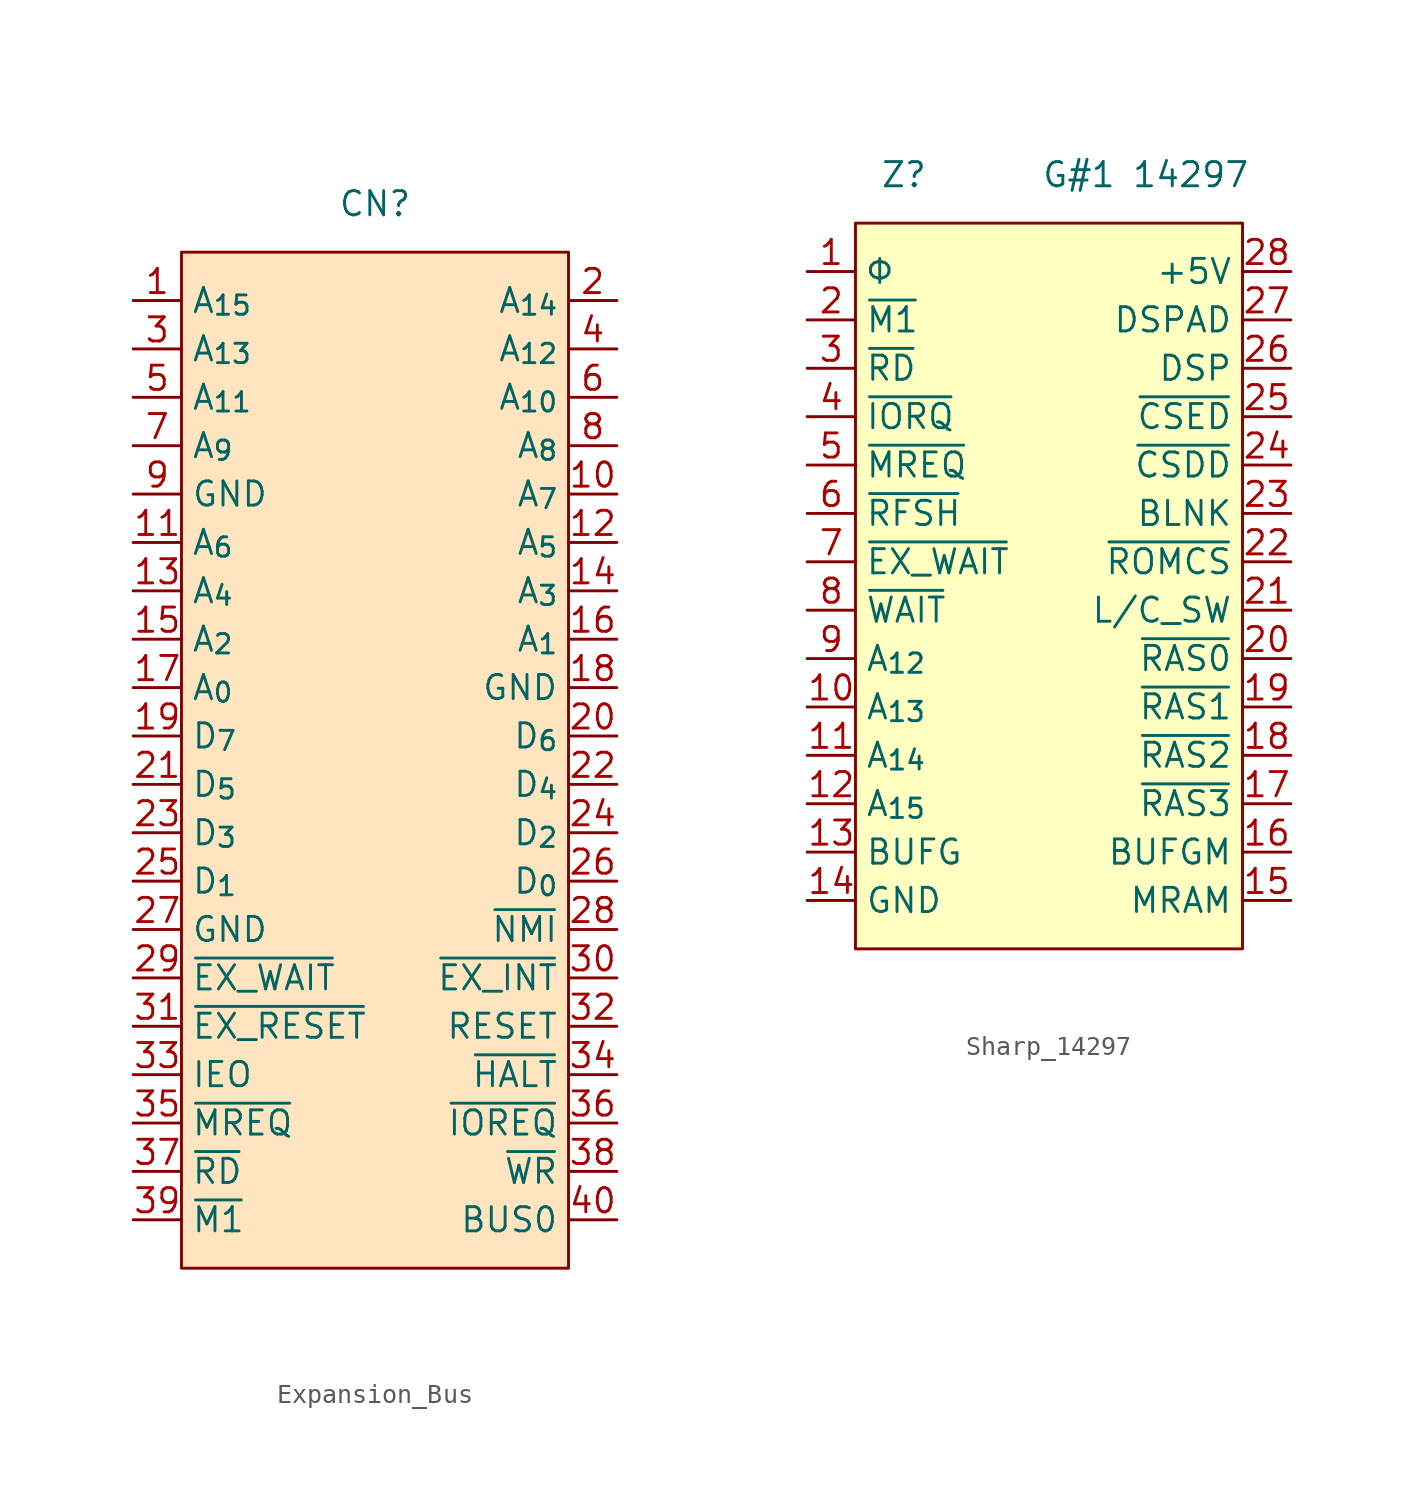
<source format=kicad_sym>
(kicad_symbol_lib
  (version 20241209)
  (generator "kicad_symbol_editor")
  (generator_version "9.0")
  (symbol "Expansion_Bus"
    (property "Reference" "CN"
      (at 0 0 0)
      (effects (font (size 1.27 1.27))))
    (property "Value" ""
      (at 0 0 0)
      (effects (font (size 1.27 1.27))))
    (symbol "Expansion_Bus_1_0"
      (pin passive line (at -12.7 -7.62 0) (length 2.54) (name "A_{13}" (effects (font (size 1.27 1.27)))) (number "3" (effects (font (size 1.27 1.27)))))
      (pin passive line (at 12.7 -5.08 180) (length 2.54) (name "A_{14}" (effects (font (size 1.27 1.27)))) (number "2" (effects (font (size 1.27 1.27)))))
      (pin passive line (at 12.7 -7.62 180) (length 2.54) (name "A_{12}" (effects (font (size 1.27 1.27)))) (number "4" (effects (font (size 1.27 1.27))))))
    (symbol "Expansion_Bus_1_1"
      (rectangle (start -10.16 -2.54) (end 10.16 -55.88) (stroke (width 0) (type solid)) (fill (type color) (color 255 229 191 1)))
      (pin passive line (at -12.7 -5.08 0) (length 2.54) (name "A_{15}" (effects (font (size 1.27 1.27)))) (number "1" (effects (font (size 1.27 1.27)))))
      (pin passive line (at -12.7 -10.16 0) (length 2.54) (name "A_{11}" (effects (font (size 1.27 1.27)))) (number "5" (effects (font (size 1.27 1.27)))))
      (pin passive line (at -12.7 -12.7 0) (length 2.54) (name "A_{9}" (effects (font (size 1.27 1.27)))) (number "7" (effects (font (size 1.27 1.27)))))
      (pin passive line (at -12.7 -15.24 0) (length 2.54) (name "GND" (effects (font (size 1.27 1.27)))) (number "9" (effects (font (size 1.27 1.27)))))
      (pin passive line (at -12.7 -17.78 0) (length 2.54) (name "A_{6}" (effects (font (size 1.27 1.27)))) (number "11" (effects (font (size 1.27 1.27)))))
      (pin passive line (at -12.7 -20.32 0) (length 2.54) (name "A_{4}" (effects (font (size 1.27 1.27)))) (number "13" (effects (font (size 1.27 1.27)))))
      (pin passive line (at -12.7 -22.86 0) (length 2.54) (name "A_{2}" (effects (font (size 1.27 1.27)))) (number "15" (effects (font (size 1.27 1.27)))))
      (pin passive line (at -12.7 -25.4 0) (length 2.54) (name "A_{0}" (effects (font (size 1.27 1.27)))) (number "17" (effects (font (size 1.27 1.27)))))
      (pin passive line (at -12.7 -27.94 0) (length 2.54) (name "D_{7}" (effects (font (size 1.27 1.27)))) (number "19" (effects (font (size 1.27 1.27)))))
      (pin passive line (at -12.7 -30.48 0) (length 2.54) (name "D_{5}" (effects (font (size 1.27 1.27)))) (number "21" (effects (font (size 1.27 1.27)))))
      (pin passive line (at -12.7 -33.02 0) (length 2.54) (name "D_{3}" (effects (font (size 1.27 1.27)))) (number "23" (effects (font (size 1.27 1.27)))))
      (pin passive line (at -12.7 -35.56 0) (length 2.54) (name "D_{1}" (effects (font (size 1.27 1.27)))) (number "25" (effects (font (size 1.27 1.27)))))
      (pin passive line (at -12.7 -38.1 0) (length 2.54) (name "GND" (effects (font (size 1.27 1.27)))) (number "27" (effects (font (size 1.27 1.27)))))
      (pin passive line (at -12.7 -40.64 0) (length 2.54) (name "~{EX_WAIT}" (effects (font (size 1.27 1.27)))) (number "29" (effects (font (size 1.27 1.27)))))
      (pin passive line (at -12.7 -43.18 0) (length 2.54) (name "~{EX_RESET}" (effects (font (size 1.27 1.27)))) (number "31" (effects (font (size 1.27 1.27)))))
      (pin passive line (at -12.7 -45.72 0) (length 2.54) (name "IEO" (effects (font (size 1.27 1.27)))) (number "33" (effects (font (size 1.27 1.27)))))
      (pin passive line (at -12.7 -48.26 0) (length 2.54) (name "~{MREQ}" (effects (font (size 1.27 1.27)))) (number "35" (effects (font (size 1.27 1.27)))))
      (pin passive line (at -12.7 -50.8 0) (length 2.54) (name "~{RD}" (effects (font (size 1.27 1.27)))) (number "37" (effects (font (size 1.27 1.27)))))
      (pin passive line (at -12.7 -53.34 0) (length 2.54) (name "~{M1}" (effects (font (size 1.27 1.27)))) (number "39" (effects (font (size 1.27 1.27)))))
      (pin passive line (at 12.7 -10.16 180) (length 2.54) (name "A_{10}" (effects (font (size 1.27 1.27)))) (number "6" (effects (font (size 1.27 1.27)))))
      (pin passive line (at 12.7 -12.7 180) (length 2.54) (name "A_{8}" (effects (font (size 1.27 1.27)))) (number "8" (effects (font (size 1.27 1.27)))))
      (pin passive line (at 12.7 -15.24 180) (length 2.54) (name "A_{7}" (effects (font (size 1.27 1.27)))) (number "10" (effects (font (size 1.27 1.27)))))
      (pin passive line (at 12.7 -17.78 180) (length 2.54) (name "A_{5}" (effects (font (size 1.27 1.27)))) (number "12" (effects (font (size 1.27 1.27)))))
      (pin passive line (at 12.7 -20.32 180) (length 2.54) (name "A_{3}" (effects (font (size 1.27 1.27)))) (number "14" (effects (font (size 1.27 1.27)))))
      (pin passive line (at 12.7 -22.86 180) (length 2.54) (name "A_{1}" (effects (font (size 1.27 1.27)))) (number "16" (effects (font (size 1.27 1.27)))))
      (pin passive line (at 12.7 -25.4 180) (length 2.54) (name "GND" (effects (font (size 1.27 1.27)))) (number "18" (effects (font (size 1.27 1.27)))))
      (pin passive line (at 12.7 -27.94 180) (length 2.54) (name "D_{6}" (effects (font (size 1.27 1.27)))) (number "20" (effects (font (size 1.27 1.27)))))
      (pin passive line (at 12.7 -30.48 180) (length 2.54) (name "D_{4}" (effects (font (size 1.27 1.27)))) (number "22" (effects (font (size 1.27 1.27)))))
      (pin passive line (at 12.7 -33.02 180) (length 2.54) (name "D_{2}" (effects (font (size 1.27 1.27)))) (number "24" (effects (font (size 1.27 1.27)))))
      (pin passive line (at 12.7 -35.56 180) (length 2.54) (name "D_{0}" (effects (font (size 1.27 1.27)))) (number "26" (effects (font (size 1.27 1.27)))))
      (pin passive line (at 12.7 -38.1 180) (length 2.54) (name "~{NMI}" (effects (font (size 1.27 1.27)))) (number "28" (effects (font (size 1.27 1.27)))))
      (pin passive line (at 12.7 -40.64 180) (length 2.54) (name "~{EX_INT}" (effects (font (size 1.27 1.27)))) (number "30" (effects (font (size 1.27 1.27)))))
      (pin passive line (at 12.7 -43.18 180) (length 2.54) (name "RESET" (effects (font (size 1.27 1.27)))) (number "32" (effects (font (size 1.27 1.27)))))
      (pin passive line (at 12.7 -45.72 180) (length 2.54) (name "~{HALT}" (effects (font (size 1.27 1.27)))) (number "34" (effects (font (size 1.27 1.27)))))
      (pin passive line (at 12.7 -48.26 180) (length 2.54) (name "~{IOREQ}" (effects (font (size 1.27 1.27)))) (number "36" (effects (font (size 1.27 1.27)))))
      (pin passive line (at 12.7 -50.8 180) (length 2.54) (name "~{WR}" (effects (font (size 1.27 1.27)))) (number "38" (effects (font (size 1.27 1.27)))))
      (pin passive line (at 12.7 -53.34 180) (length 2.54) (name "BUS0" (effects (font (size 1.27 1.27)))) (number "40" (effects (font (size 1.27 1.27)))))))
  (symbol "Sharp_14297"
    (property "Reference" "Z"
      (at -7.62 0 0)
      (effects (font (size 1.27 1.27))))
    (property "Value" "G#1 14297"
      (at 5.08 0 0)
      (effects (font (size 1.27 1.27))))
    (symbol "Sharp_14297_1_1"
      (rectangle (start -10.16 -2.54) (end 10.16 -40.64) (stroke (width 0) (type solid)) (fill (type color) (color 255 255 194 1)))
      (pin input line (at -12.7 -5.08 0) (length 2.54) (name "Φ" (effects (font (size 1.27 1.27)))) (number "1" (effects (font (size 1.27 1.27)))))
      (pin input line (at -12.7 -7.62 0) (length 2.54) (name "~{M1}" (effects (font (size 1.27 1.27)))) (number "2" (effects (font (size 1.27 1.27)))))
      (pin input line (at -12.7 -10.16 0) (length 2.54) (name "~{RD}" (effects (font (size 1.27 1.27)))) (number "3" (effects (font (size 1.27 1.27)))))
      (pin input line (at -12.7 -12.7 0) (length 2.54) (name "~{IORQ}" (effects (font (size 1.27 1.27)))) (number "4" (effects (font (size 1.27 1.27)))))
      (pin input line (at -12.7 -15.24 0) (length 2.54) (name "~{MREQ}" (effects (font (size 1.27 1.27)))) (number "5" (effects (font (size 1.27 1.27)))))
      (pin input line (at -12.7 -17.78 0) (length 2.54) (name "~{RFSH}" (effects (font (size 1.27 1.27)))) (number "6" (effects (font (size 1.27 1.27)))))
      (pin input line (at -12.7 -20.32 0) (length 2.54) (name "~{EX_WAIT}" (effects (font (size 1.27 1.27)))) (number "7" (effects (font (size 1.27 1.27)))))
      (pin output line (at -12.7 -22.86 0) (length 2.54) (name "~{WAIT}" (effects (font (size 1.27 1.27)))) (number "8" (effects (font (size 1.27 1.27)))))
      (pin input line (at -12.7 -25.4 0) (length 2.54) (name "A_{12}" (effects (font (size 1.27 1.27)))) (number "9" (effects (font (size 1.27 1.27)))))
      (pin input line (at -12.7 -27.94 0) (length 2.54) (name "A_{13}" (effects (font (size 1.27 1.27)))) (number "10" (effects (font (size 1.27 1.27)))))
      (pin input line (at -12.7 -30.48 0) (length 2.54) (name "A_{14}" (effects (font (size 1.27 1.27)))) (number "11" (effects (font (size 1.27 1.27)))))
      (pin input line (at -12.7 -33.02 0) (length 2.54) (name "A_{15}" (effects (font (size 1.27 1.27)))) (number "12" (effects (font (size 1.27 1.27)))))
      (pin output line (at -12.7 -35.56 0) (length 2.54) (name "BUFG" (effects (font (size 1.27 1.27)))) (number "13" (effects (font (size 1.27 1.27)))))
      (pin power_in line (at -12.7 -38.1 0) (length 2.54) (name "GND" (effects (font (size 1.27 1.27)))) (number "14" (effects (font (size 1.27 1.27)))))
      (pin power_in line (at 12.7 -5.08 180) (length 2.54) (name "+5V" (effects (font (size 1.27 1.27)))) (number "28" (effects (font (size 1.27 1.27)))))
      (pin input line (at 12.7 -7.62 180) (length 2.54) (name "DSPAD" (effects (font (size 1.27 1.27)))) (number "27" (effects (font (size 1.27 1.27)))))
      (pin input line (at 12.7 -10.16 180) (length 2.54) (name "DSP" (effects (font (size 1.27 1.27)))) (number "26" (effects (font (size 1.27 1.27)))))
      (pin output line (at 12.7 -12.7 180) (length 2.54) (name "~{CSED}" (effects (font (size 1.27 1.27)))) (number "25" (effects (font (size 1.27 1.27)))))
      (pin output line (at 12.7 -15.24 180) (length 2.54) (name "~{CSDD}" (effects (font (size 1.27 1.27)))) (number "24" (effects (font (size 1.27 1.27)))))
      (pin input line (at 12.7 -17.78 180) (length 2.54) (name "BLNK" (effects (font (size 1.27 1.27)))) (number "23" (effects (font (size 1.27 1.27)))))
      (pin output line (at 12.7 -20.32 180) (length 2.54) (name "~{ROMCS}" (effects (font (size 1.27 1.27)))) (number "22" (effects (font (size 1.27 1.27)))))
      (pin output line (at 12.7 -22.86 180) (length 2.54) (name "L/C_SW" (effects (font (size 1.27 1.27)))) (number "21" (effects (font (size 1.27 1.27)))))
      (pin output line (at 12.7 -25.4 180) (length 2.54) (name "~{RAS0}" (effects (font (size 1.27 1.27)))) (number "20" (effects (font (size 1.27 1.27)))))
      (pin output line (at 12.7 -27.94 180) (length 2.54) (name "~{RAS1}" (effects (font (size 1.27 1.27)))) (number "19" (effects (font (size 1.27 1.27)))))
      (pin output line (at 12.7 -30.48 180) (length 2.54) (name "~{RAS2}" (effects (font (size 1.27 1.27)))) (number "18" (effects (font (size 1.27 1.27)))))
      (pin output line (at 12.7 -33.02 180) (length 2.54) (name "~{RAS3}" (effects (font (size 1.27 1.27)))) (number "17" (effects (font (size 1.27 1.27)))))
      (pin output line (at 12.7 -35.56 180) (length 2.54) (name "BUFGM" (effects (font (size 1.27 1.27)))) (number "16" (effects (font (size 1.27 1.27)))))
      (pin input line (at 12.7 -38.1 180) (length 2.54) (name "MRAM" (effects (font (size 1.27 1.27)))) (number "15" (effects (font (size 1.27 1.27))))))))
</source>
